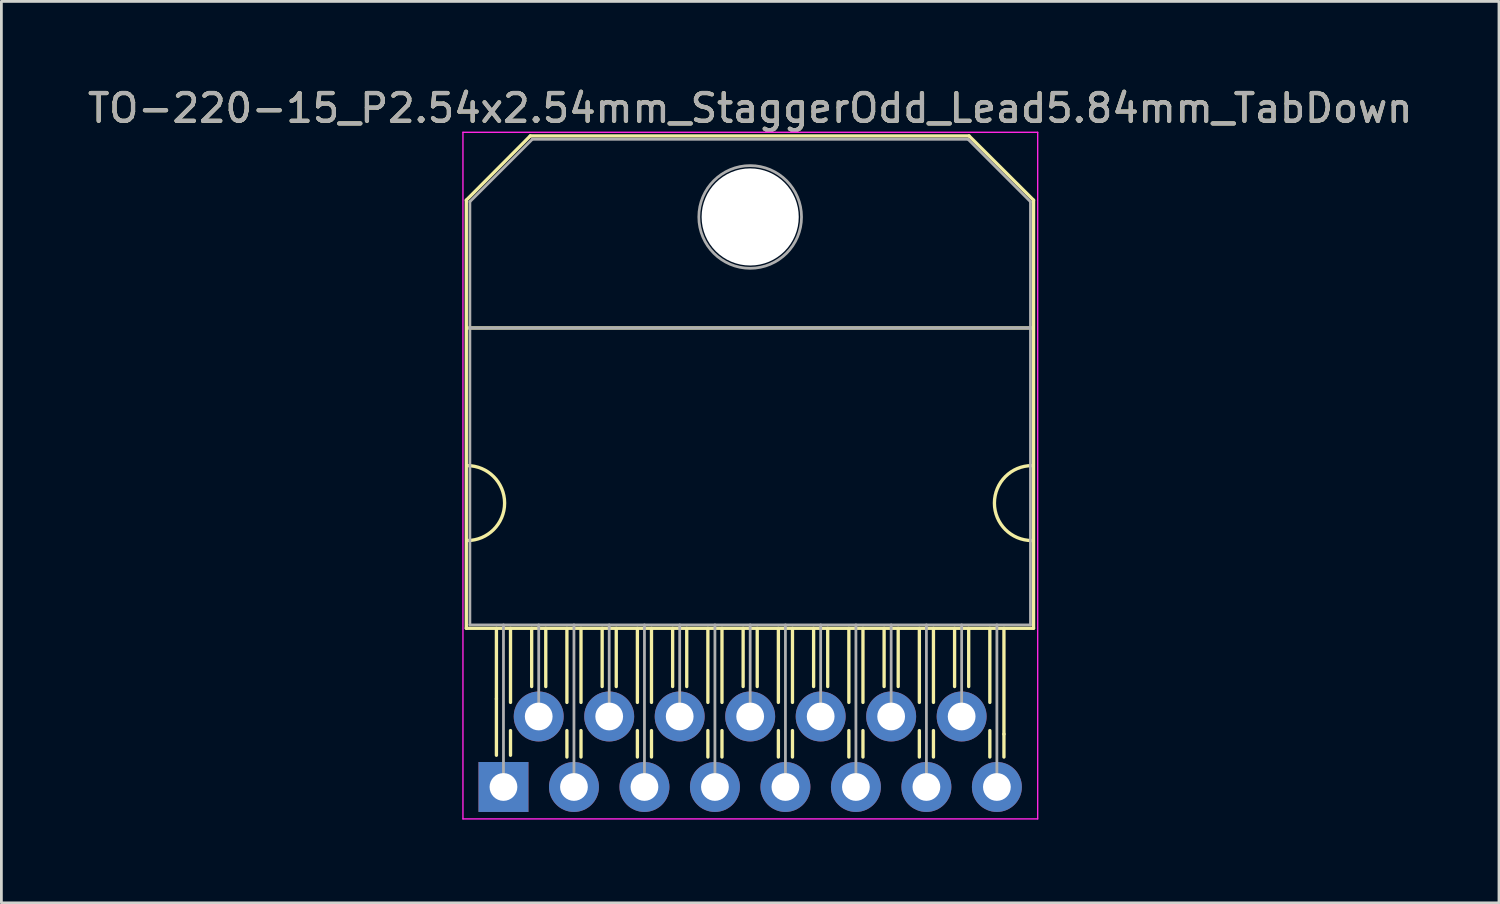
<source format=kicad_pcb>
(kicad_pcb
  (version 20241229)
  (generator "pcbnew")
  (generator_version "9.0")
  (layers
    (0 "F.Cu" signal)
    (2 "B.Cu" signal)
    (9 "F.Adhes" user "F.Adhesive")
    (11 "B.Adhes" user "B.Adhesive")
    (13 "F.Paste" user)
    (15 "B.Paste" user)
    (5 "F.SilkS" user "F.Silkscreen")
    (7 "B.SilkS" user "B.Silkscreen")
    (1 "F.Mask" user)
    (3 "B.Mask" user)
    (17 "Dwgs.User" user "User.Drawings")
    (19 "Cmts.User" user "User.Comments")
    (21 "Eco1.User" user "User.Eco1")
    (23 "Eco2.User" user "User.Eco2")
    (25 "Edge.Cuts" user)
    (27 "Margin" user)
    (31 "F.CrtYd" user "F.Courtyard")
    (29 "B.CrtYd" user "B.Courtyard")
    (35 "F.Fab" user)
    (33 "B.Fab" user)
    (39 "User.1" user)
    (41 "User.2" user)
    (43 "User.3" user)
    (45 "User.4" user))
  (footprint "TO-220-15_P2.54x2.54mm_StaggerOdd_Lead5.84mm_TabDown"
    (layer "F.Cu")
    (at 15.092 25.308)
    (property "Reference" "TO-220-15_P2.54x2.54mm_StaggerOdd_Lead5.84mm_TabDown" (at 8.89 -24.46 0) (layer "F.SilkS") (effects (font (size 1 1) (thickness 0.15))))
    (attr through_hole)
    (fp_line (start -1.339 -21.145) (end -1.339 -5.72) (stroke (width 0.12) (type solid)) (layer "F.SilkS"))
    (fp_line (start -1.339 -21.145) (end 0.966 -23.46) (stroke (width 0.12) (type solid)) (layer "F.SilkS"))
    (fp_line (start -1.339 -5.72) (end 19.101 -5.72) (stroke (width 0.12) (type solid)) (layer "F.SilkS"))
    (fp_line (start -1.309 -16.54) (end 19.041 -16.54) (stroke (width 0.12) (type solid)) (layer "F.SilkS"))
    (fp_line (start -0.254 -5.715) (end -0.254 -3.175) (stroke (width 0.12) (type solid)) (layer "F.SilkS"))
    (fp_line (start -0.254 -3.175) (end -0.254 -1.143) (stroke (width 0.12) (type solid)) (layer "F.SilkS"))
    (fp_line (start 0.254 -5.715) (end 0.254 -3.048) (stroke (width 0.12) (type solid)) (layer "F.SilkS"))
    (fp_line (start 0.254 -2.032) (end 0.254 -1.143) (stroke (width 0.12) (type solid)) (layer "F.SilkS"))
    (fp_line (start 0.966 -23.46) (end 16.777 -23.46) (stroke (width 0.12) (type solid)) (layer "F.SilkS"))
    (fp_line (start 1.016 -5.715) (end 1.016 -3.619) (stroke (width 0.12) (type solid)) (layer "F.SilkS"))
    (fp_line (start 1.524 -5.715) (end 1.524 -3.619) (stroke (width 0.12) (type solid)) (layer "F.SilkS"))
    (fp_line (start 2.286 -5.715) (end 2.286 -3.048) (stroke (width 0.12) (type solid)) (layer "F.SilkS"))
    (fp_line (start 2.286 -2.032) (end 2.286 -1.079) (stroke (width 0.12) (type solid)) (layer "F.SilkS"))
    (fp_line (start 2.794 -5.715) (end 2.794 -3.048) (stroke (width 0.12) (type solid)) (layer "F.SilkS"))
    (fp_line (start 2.794 -2.032) (end 2.794 -1.079) (stroke (width 0.12) (type solid)) (layer "F.SilkS"))
    (fp_line (start 3.556 -5.715) (end 3.556 -3.619) (stroke (width 0.12) (type solid)) (layer "F.SilkS"))
    (fp_line (start 4.064 -5.715) (end 4.064 -3.619) (stroke (width 0.12) (type solid)) (layer "F.SilkS"))
    (fp_line (start 4.826 -5.715) (end 4.826 -3.048) (stroke (width 0.12) (type solid)) (layer "F.SilkS"))
    (fp_line (start 4.826 -2.032) (end 4.826 -1.079) (stroke (width 0.12) (type solid)) (layer "F.SilkS"))
    (fp_line (start 5.334 -5.715) (end 5.334 -3.048) (stroke (width 0.12) (type solid)) (layer "F.SilkS"))
    (fp_line (start 5.334 -2.032) (end 5.334 -1.079) (stroke (width 0.12) (type solid)) (layer "F.SilkS"))
    (fp_line (start 6.096 -5.715) (end 6.096 -3.619) (stroke (width 0.12) (type solid)) (layer "F.SilkS"))
    (fp_line (start 6.604 -5.715) (end 6.604 -3.619) (stroke (width 0.12) (type solid)) (layer "F.SilkS"))
    (fp_line (start 7.366 -5.715) (end 7.366 -3.048) (stroke (width 0.12) (type solid)) (layer "F.SilkS"))
    (fp_line (start 7.366 -2.032) (end 7.366 -1.079) (stroke (width 0.12) (type solid)) (layer "F.SilkS"))
    (fp_line (start 7.874 -5.715) (end 7.874 -3.048) (stroke (width 0.12) (type solid)) (layer "F.SilkS"))
    (fp_line (start 7.874 -2.032) (end 7.874 -1.079) (stroke (width 0.12) (type solid)) (layer "F.SilkS"))
    (fp_line (start 8.636 -5.715) (end 8.636 -3.619) (stroke (width 0.12) (type solid)) (layer "F.SilkS"))
    (fp_line (start 9.144 -5.715) (end 9.144 -3.619) (stroke (width 0.12) (type solid)) (layer "F.SilkS"))
    (fp_line (start 9.906 -5.715) (end 9.906 -3.048) (stroke (width 0.12) (type solid)) (layer "F.SilkS"))
    (fp_line (start 9.906 -2.032) (end 9.906 -1.079) (stroke (width 0.12) (type solid)) (layer "F.SilkS"))
    (fp_line (start 10.414 -5.715) (end 10.414 -3.048) (stroke (width 0.12) (type solid)) (layer "F.SilkS"))
    (fp_line (start 10.414 -2.032) (end 10.414 -1.079) (stroke (width 0.12) (type solid)) (layer "F.SilkS"))
    (fp_line (start 11.176 -5.715) (end 11.176 -3.619) (stroke (width 0.12) (type solid)) (layer "F.SilkS"))
    (fp_line (start 11.684 -5.715) (end 11.684 -3.619) (stroke (width 0.12) (type solid)) (layer "F.SilkS"))
    (fp_line (start 12.446 -5.715) (end 12.446 -3.048) (stroke (width 0.12) (type solid)) (layer "F.SilkS"))
    (fp_line (start 12.446 -2.032) (end 12.446 -1.079) (stroke (width 0.12) (type solid)) (layer "F.SilkS"))
    (fp_line (start 12.954 -5.715) (end 12.954 -3.048) (stroke (width 0.12) (type solid)) (layer "F.SilkS"))
    (fp_line (start 12.954 -2.032) (end 12.954 -1.079) (stroke (width 0.12) (type solid)) (layer "F.SilkS"))
    (fp_line (start 13.716 -5.715) (end 13.716 -3.619) (stroke (width 0.12) (type solid)) (layer "F.SilkS"))
    (fp_line (start 14.224 -5.715) (end 14.224 -3.619) (stroke (width 0.12) (type solid)) (layer "F.SilkS"))
    (fp_line (start 14.986 -5.715) (end 14.986 -3.048) (stroke (width 0.12) (type solid)) (layer "F.SilkS"))
    (fp_line (start 14.986 -2.032) (end 14.986 -1.079) (stroke (width 0.12) (type solid)) (layer "F.SilkS"))
    (fp_line (start 15.494 -5.715) (end 15.494 -3.048) (stroke (width 0.12) (type solid)) (layer "F.SilkS"))
    (fp_line (start 15.494 -2.032) (end 15.494 -1.079) (stroke (width 0.12) (type solid)) (layer "F.SilkS"))
    (fp_line (start 16.256 -5.715) (end 16.256 -3.619) (stroke (width 0.12) (type solid)) (layer "F.SilkS"))
    (fp_line (start 16.764 -5.715) (end 16.764 -3.619) (stroke (width 0.12) (type solid)) (layer "F.SilkS"))
    (fp_line (start 17.526 -5.715) (end 17.526 -3.048) (stroke (width 0.12) (type solid)) (layer "F.SilkS"))
    (fp_line (start 17.526 -2.032) (end 17.526 -1.079) (stroke (width 0.12) (type solid)) (layer "F.SilkS"))
    (fp_line (start 18.034 -5.715) (end 18.034 -1.905) (stroke (width 0.12) (type solid)) (layer "F.SilkS"))
    (fp_line (start 18.034 -1.905) (end 18.034 -1.079) (stroke (width 0.12) (type solid)) (layer "F.SilkS"))
    (fp_line (start 19.101 -21.145) (end 16.777 -23.46) (stroke (width 0.12) (type solid)) (layer "F.SilkS"))
    (fp_line (start 19.101 -21.145) (end 19.101 -5.72) (stroke (width 0.12) (type solid)) (layer "F.SilkS"))
    (fp_arc (start -1.309 -11.58) (mid 0.041 -10.23) (end -1.309 -8.88) (stroke (width 0.12) (type solid)) (layer "F.SilkS"))
    (fp_arc (start 19.041 -8.88) (mid 17.691 -10.23) (end 19.041 -11.58) (stroke (width 0.12) (type solid)) (layer "F.SilkS"))
    (fp_line (start -1.46 -23.59) (end -1.46 1.15) (stroke (width 0.05) (type solid)) (layer "F.CrtYd"))
    (fp_line (start -1.46 1.15) (end 19.25 1.15) (stroke (width 0.05) (type solid)) (layer "F.CrtYd"))
    (fp_line (start 19.25 -23.59) (end -1.46 -23.59) (stroke (width 0.05) (type solid)) (layer "F.CrtYd"))
    (fp_line (start 19.25 1.15) (end 19.25 -23.59) (stroke (width 0.05) (type solid)) (layer "F.CrtYd"))
    (fp_line (start -1.21 -21.09) (end 1.041 -23.34) (stroke (width 0.1) (type solid)) (layer "F.Fab"))
    (fp_line (start -1.21 -16.54) (end -1.21 -21.09) (stroke (width 0.1) (type solid)) (layer "F.Fab"))
    (fp_line (start -1.21 -16.54) (end 18.99 -16.54) (stroke (width 0.1) (type solid)) (layer "F.Fab"))
    (fp_line (start -1.21 -5.84) (end -1.21 -16.54) (stroke (width 0.1) (type solid)) (layer "F.Fab"))
    (fp_line (start 0 -5.84) (end 0 0) (stroke (width 0.1) (type solid)) (layer "F.Fab"))
    (fp_line (start 1.041 -23.34) (end 16.74 -23.34) (stroke (width 0.1) (type solid)) (layer "F.Fab"))
    (fp_line (start 1.27 -5.84) (end 1.27 -2.54) (stroke (width 0.1) (type solid)) (layer "F.Fab"))
    (fp_line (start 2.54 -5.84) (end 2.54 0) (stroke (width 0.1) (type solid)) (layer "F.Fab"))
    (fp_line (start 3.81 -5.84) (end 3.81 -2.54) (stroke (width 0.1) (type solid)) (layer "F.Fab"))
    (fp_line (start 5.08 -5.84) (end 5.08 0) (stroke (width 0.1) (type solid)) (layer "F.Fab"))
    (fp_line (start 6.35 -5.84) (end 6.35 -2.54) (stroke (width 0.1) (type solid)) (layer "F.Fab"))
    (fp_line (start 7.62 -5.84) (end 7.62 0) (stroke (width 0.1) (type solid)) (layer "F.Fab"))
    (fp_line (start 8.89 -5.84) (end 8.89 -2.54) (stroke (width 0.1) (type solid)) (layer "F.Fab"))
    (fp_line (start 10.16 -5.84) (end 10.16 0) (stroke (width 0.1) (type solid)) (layer "F.Fab"))
    (fp_line (start 11.43 -5.84) (end 11.43 -2.54) (stroke (width 0.1) (type solid)) (layer "F.Fab"))
    (fp_line (start 12.7 -5.84) (end 12.7 0) (stroke (width 0.1) (type solid)) (layer "F.Fab"))
    (fp_line (start 13.97 -5.84) (end 13.97 -2.54) (stroke (width 0.1) (type solid)) (layer "F.Fab"))
    (fp_line (start 15.24 -5.84) (end 15.24 0) (stroke (width 0.1) (type solid)) (layer "F.Fab"))
    (fp_line (start 16.51 -5.84) (end 16.51 -2.54) (stroke (width 0.1) (type solid)) (layer "F.Fab"))
    (fp_line (start 16.74 -23.34) (end 18.99 -21.09) (stroke (width 0.1) (type solid)) (layer "F.Fab"))
    (fp_line (start 17.78 -5.84) (end 17.78 0) (stroke (width 0.1) (type solid)) (layer "F.Fab"))
    (fp_line (start 18.99 -21.09) (end 18.99 -16.54) (stroke (width 0.1) (type solid)) (layer "F.Fab"))
    (fp_line (start 18.99 -16.54) (end -1.21 -16.54) (stroke (width 0.1) (type solid)) (layer "F.Fab"))
    (fp_line (start 18.99 -16.54) (end 18.99 -5.84) (stroke (width 0.1) (type solid)) (layer "F.Fab"))
    (fp_line (start 18.99 -5.84) (end -1.21 -5.84) (stroke (width 0.1) (type solid)) (layer "F.Fab"))
    (fp_circle (center 8.89 -20.54) (end 10.74 -20.54) (stroke (width 0.1) (type solid)) (fill no) (layer "F.Fab"))
    (fp_text user "${REFERENCE}" (at 8.89 -24.46 0) (layer "F.Fab") (effects (font (size 1 1) (thickness 0.15))))
    (pad "" np_thru_hole oval (at 8.89 -20.54) (size 3.5 3.5) (drill 3.5) (layers "*.Cu" "*.Mask"))
    (pad "1" thru_hole rect (at 0 0) (size 1.8 1.8) (drill 1) (layers "*.Cu" "*.Mask"))
    (pad "2" thru_hole oval (at 1.27 -2.54) (size 1.8 1.8) (drill 1) (layers "*.Cu" "*.Mask"))
    (pad "3" thru_hole oval (at 2.54 0) (size 1.8 1.8) (drill 1) (layers "*.Cu" "*.Mask"))
    (pad "4" thru_hole oval (at 3.81 -2.54) (size 1.8 1.8) (drill 1) (layers "*.Cu" "*.Mask"))
    (pad "5" thru_hole oval (at 5.08 0) (size 1.8 1.8) (drill 1) (layers "*.Cu" "*.Mask"))
    (pad "6" thru_hole oval (at 6.35 -2.54) (size 1.8 1.8) (drill 1) (layers "*.Cu" "*.Mask"))
    (pad "7" thru_hole oval (at 7.62 0) (size 1.8 1.8) (drill 1) (layers "*.Cu" "*.Mask"))
    (pad "8" thru_hole oval (at 8.89 -2.54) (size 1.8 1.8) (drill 1) (layers "*.Cu" "*.Mask"))
    (pad "9" thru_hole oval (at 10.16 0) (size 1.8 1.8) (drill 1) (layers "*.Cu" "*.Mask"))
    (pad "10" thru_hole oval (at 11.43 -2.54) (size 1.8 1.8) (drill 1) (layers "*.Cu" "*.Mask"))
    (pad "11" thru_hole oval (at 12.7 0) (size 1.8 1.8) (drill 1) (layers "*.Cu" "*.Mask"))
    (pad "12" thru_hole oval (at 13.97 -2.54) (size 1.8 1.8) (drill 1) (layers "*.Cu" "*.Mask"))
    (pad "13" thru_hole oval (at 15.24 0) (size 1.8 1.8) (drill 1) (layers "*.Cu" "*.Mask"))
    (pad "14" thru_hole oval (at 16.51 -2.54) (size 1.8 1.8) (drill 1) (layers "*.Cu" "*.Mask"))
    (pad "15" thru_hole oval (at 17.78 0) (size 1.8 1.8) (drill 1) (layers "*.Cu" "*.Mask")))
  (gr_rect
    (start -3 -3)
    (end 50.964 29.483)
    (stroke (width 0.1) (type default))
    (fill no)
    (layer "Edge.Cuts")))
</source>
